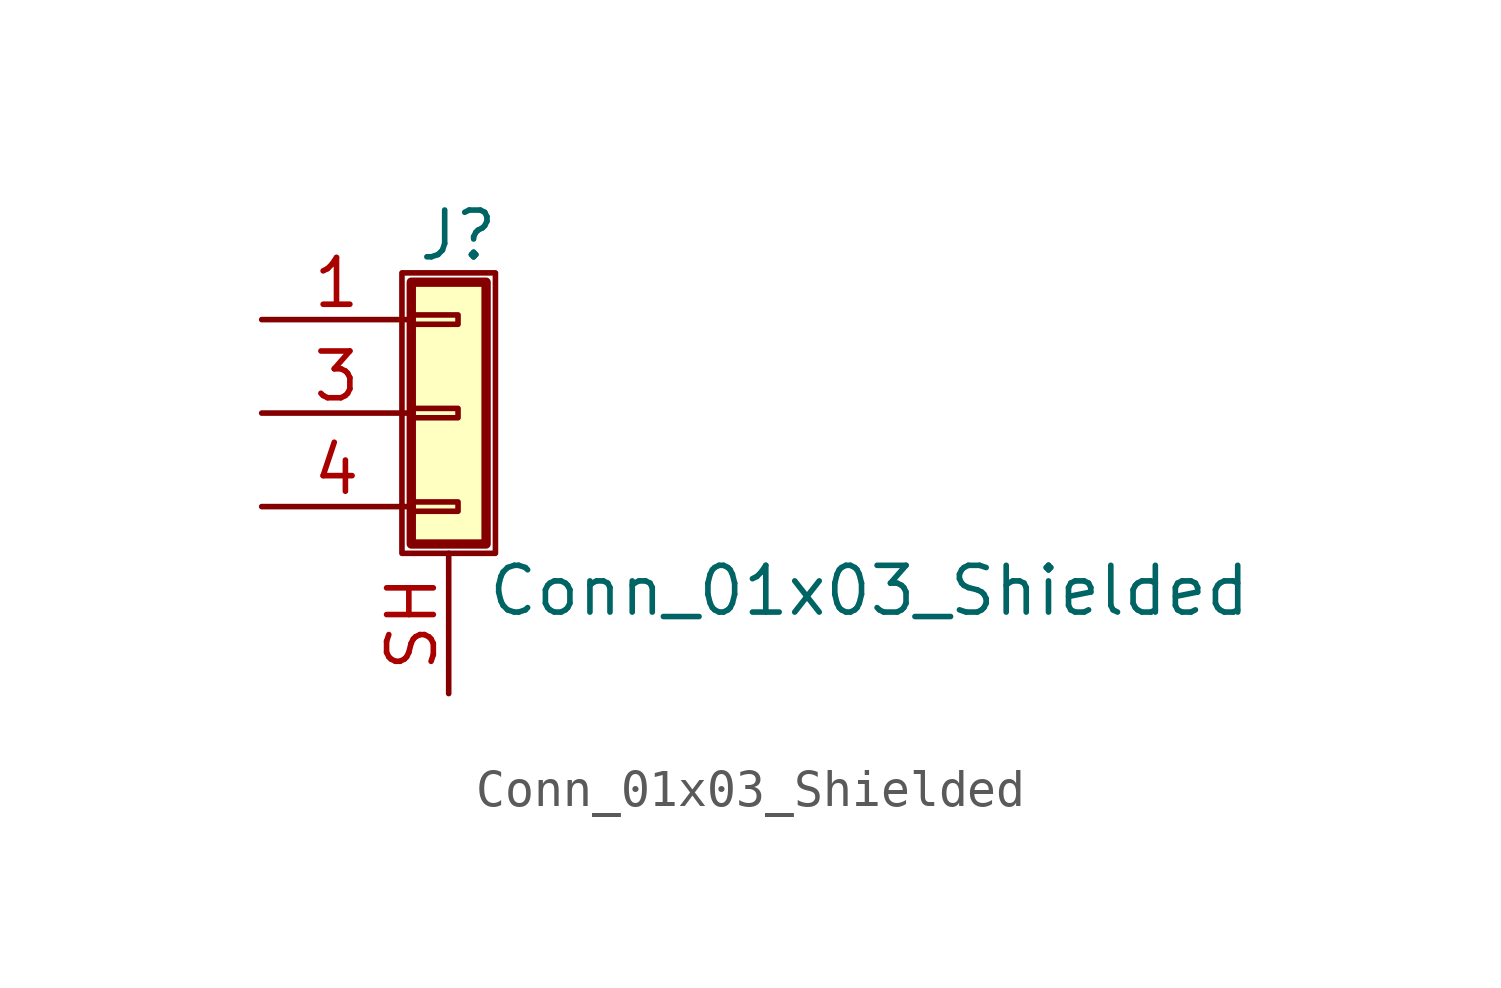
<source format=kicad_sym>
(kicad_symbol_lib
  (version 20231120)
  (generator "kicad_symbol_editor")
  (generator_version "8.0")
  (symbol "Conn_01x03_Shielded"
    (pin_names
      (offset 1.016) hide)
    (property "Reference" "J"
      (at 0.254 4.826 0)
      (effects (font (size 1.27 1.27))))
    (property "Value" "Conn_01x03_Shielded"
      (at 1.016 -4.826 0)
      (effects (font (size 1.27 1.27)) (justify left)))
    (symbol "Conn_01x03_Shielded_1_1"
      (rectangle (start -1.27 3.81) (end 1.27 -3.81) (stroke (width 0.152) (type default)) (fill (type none)))
      (rectangle (start -1.016 -2.413) (end 0.254 -2.667) (stroke (width 0.152) (type default)) (fill (type none)))
      (rectangle (start -1.016 0.127) (end 0.254 -0.127) (stroke (width 0.152) (type default)) (fill (type none)))
      (rectangle (start -1.016 2.667) (end 0.254 2.413) (stroke (width 0.152) (type default)) (fill (type none)))
      (rectangle (start -1.016 3.556) (end 1.016 -3.556) (stroke (width 0.254) (type default)) (fill (type background)))
      (pin passive line (at -5.08 2.54 0) (length 4.064) (name "Pin_1" (effects (font (size 1.27 1.27)))) (number "1" (effects (font (size 1.27 1.27)))))
      (pin passive line (at -5.08 0 0) (length 4.064) (name "Pin_3" (effects (font (size 1.27 1.27)))) (number "3" (effects (font (size 1.27 1.27)))))
      (pin passive line (at -5.08 -2.54 0) (length 4.064) (name "Pin_4" (effects (font (size 1.27 1.27)))) (number "4" (effects (font (size 1.27 1.27)))))
      (pin passive line (at 0 -7.62 90) (length 3.81) (name "Shield" (effects (font (size 1.27 1.27)))) (number "SH" (effects (font (size 1.27 1.27))))))))
</source>
